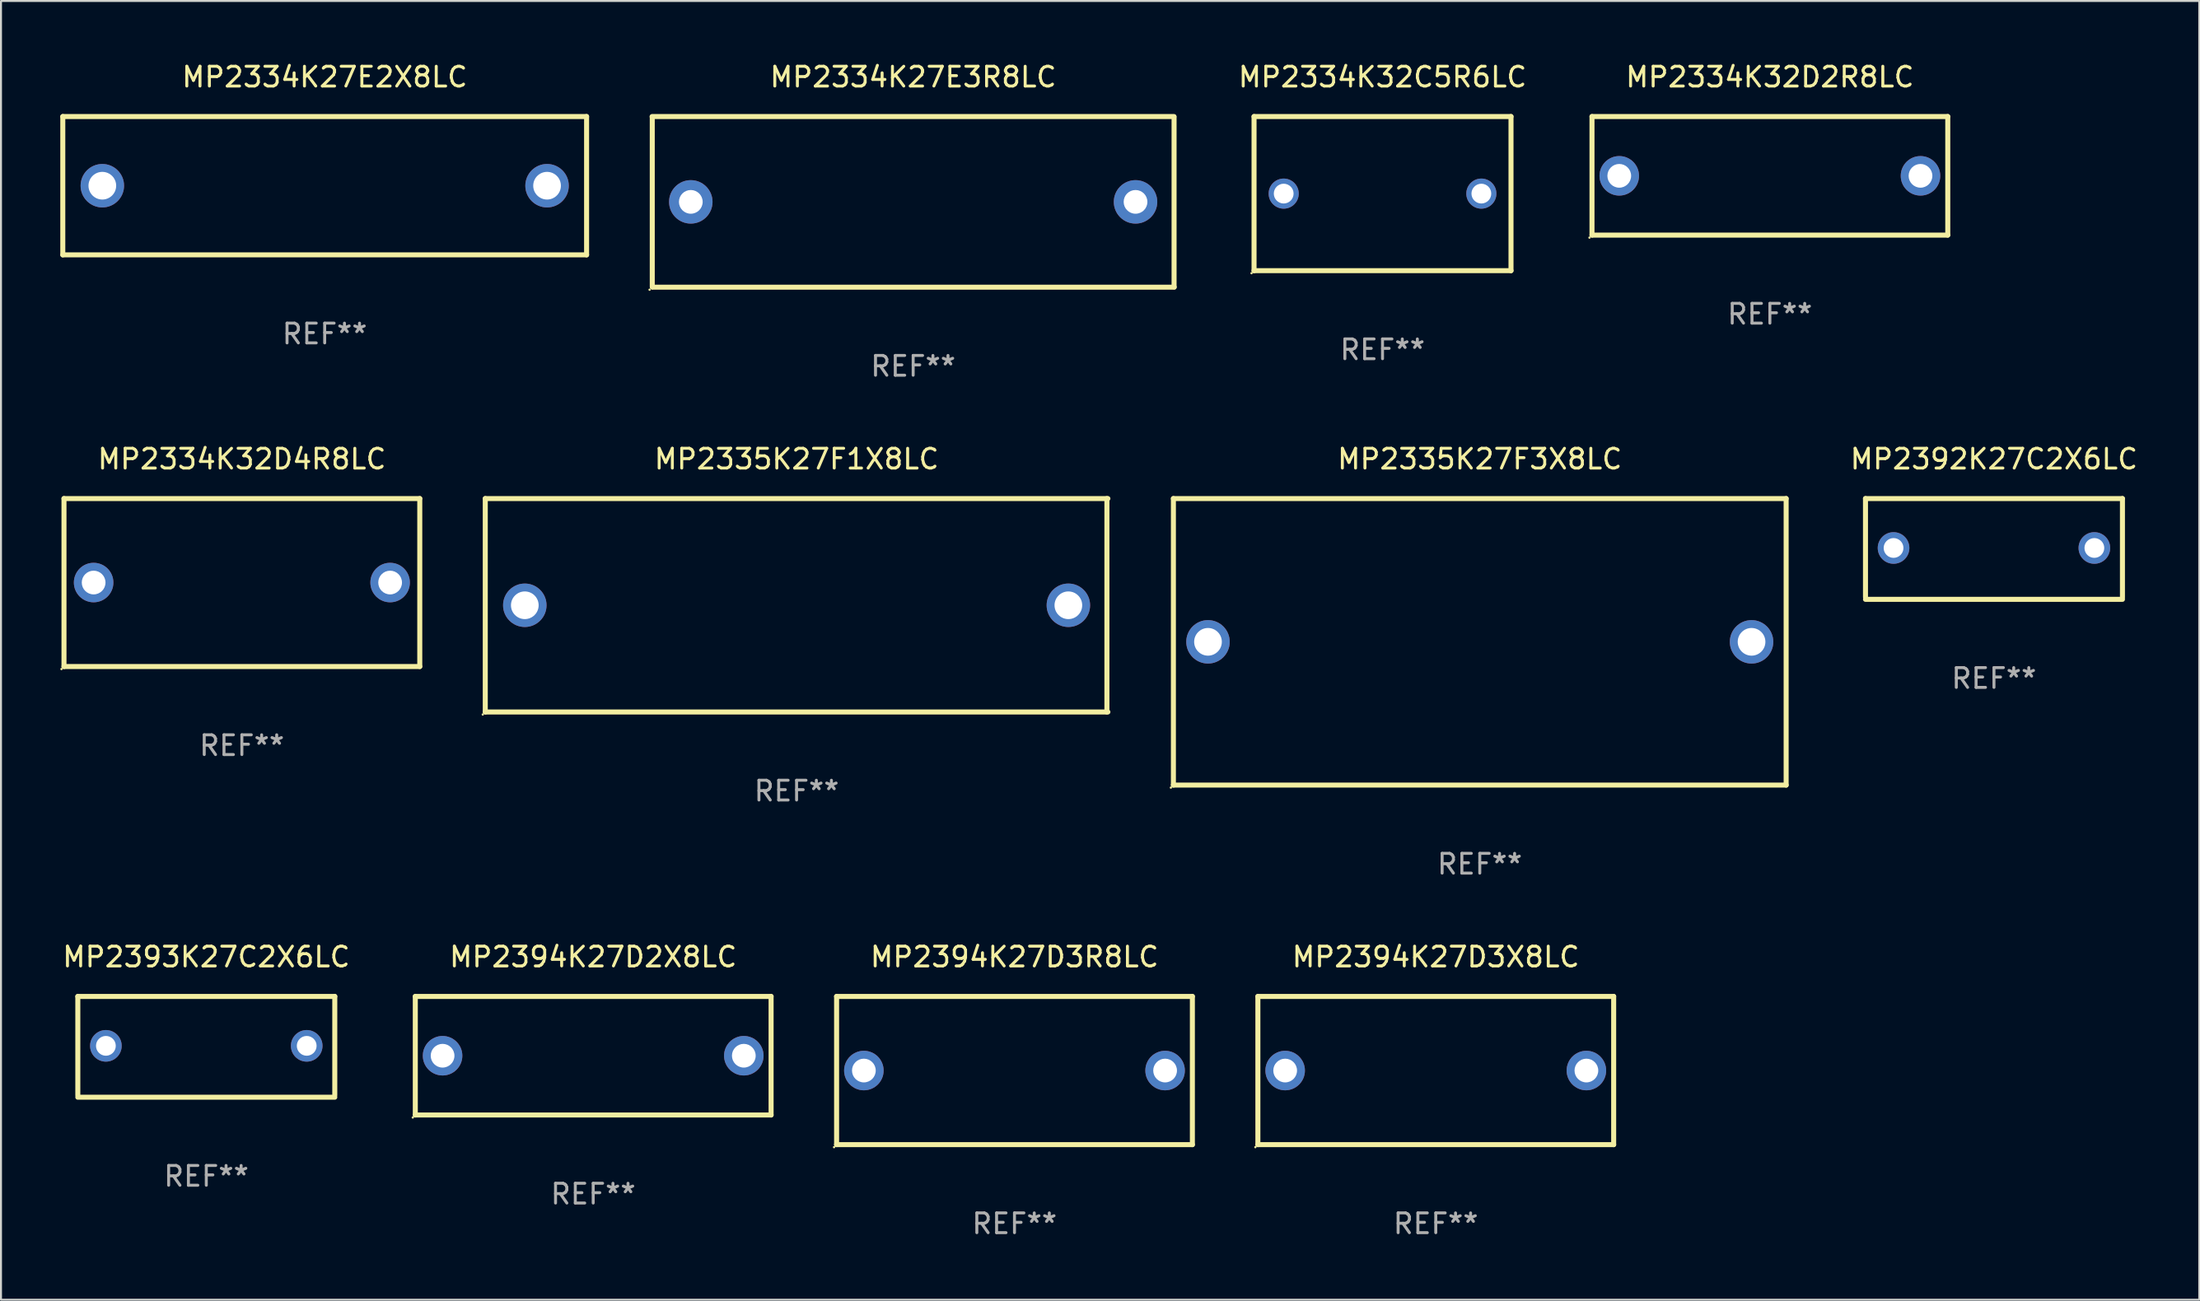
<source format=kicad_pcb>
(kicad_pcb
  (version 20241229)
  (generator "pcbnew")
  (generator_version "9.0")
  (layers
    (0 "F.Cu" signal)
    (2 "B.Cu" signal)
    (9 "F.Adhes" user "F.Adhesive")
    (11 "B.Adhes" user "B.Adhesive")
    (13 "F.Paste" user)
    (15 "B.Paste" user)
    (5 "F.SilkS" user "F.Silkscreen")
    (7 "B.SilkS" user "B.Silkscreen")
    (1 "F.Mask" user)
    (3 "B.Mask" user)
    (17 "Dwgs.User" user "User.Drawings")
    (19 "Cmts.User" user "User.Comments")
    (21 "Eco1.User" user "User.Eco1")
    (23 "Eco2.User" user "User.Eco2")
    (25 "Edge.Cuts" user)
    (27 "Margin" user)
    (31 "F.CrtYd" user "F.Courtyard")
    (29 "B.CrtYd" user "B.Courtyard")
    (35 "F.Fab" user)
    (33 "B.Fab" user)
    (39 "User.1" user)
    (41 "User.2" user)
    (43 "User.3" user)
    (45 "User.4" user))
  (footprint "MP2335K27F3X8LC"
    (layer "F.Cu")
    (at 71.815 29.431)
    (property "Reference" "MP2335K27F3X8LC" (at 0 -9.25 0) (layer "F.SilkS") (effects (font (size 1 1) (thickness 0.15))))
    (attr through_hole)
    (fp_line (start -15.5 -7.25) (end 15.5 -7.25) (stroke (width 0.254) (type solid)) (layer "F.SilkS"))
    (fp_line (start -15.5 7.25) (end -15.5 -7.25) (stroke (width 0.254) (type solid)) (layer "F.SilkS"))
    (fp_line (start 15.5 -7.25) (end 15.5 7.25) (stroke (width 0.254) (type solid)) (layer "F.SilkS"))
    (fp_line (start 15.5 7.25) (end -15.5 7.25) (stroke (width 0.254) (type solid)) (layer "F.SilkS"))
    (fp_circle (center -15.627 7.377) (end -15.597 7.377) (stroke (width 0.06) (type solid)) (fill no) (layer "F.SilkS"))
    (fp_text user "REF**" (at 0 11.25 0) (layer "F.Fab") (effects (font (size 1 1) (thickness 0.15))))
    (pad "1" thru_hole circle (at -13.75 -0.000013) (size 2.2 2.2) (drill 1.4) (layers "*.Cu" "*.Mask"))
    (pad "2" thru_hole circle (at 13.75 -0.000013) (size 2.2 2.2) (drill 1.4) (layers "*.Cu" "*.Mask")))
  (footprint "MP2334K27E3R8LC"
    (layer "F.Cu")
    (at 43.149 7.166)
    (property "Reference" "MP2334K27E3R8LC" (at 0 -6.318 0) (layer "F.SilkS") (effects (font (size 1 1) (thickness 0.15))))
    (attr through_hole)
    (fp_line (start -13.208 -4.318) (end 13.193 -4.318) (stroke (width 0.254) (type solid)) (layer "F.SilkS"))
    (fp_line (start -13.2 4.3) (end -13.2 -4.3) (stroke (width 0.254) (type solid)) (layer "F.SilkS"))
    (fp_line (start 13.2 -4.3) (end 13.2 4.3) (stroke (width 0.254) (type solid)) (layer "F.SilkS"))
    (fp_line (start 13.208 4.318) (end -13.193 4.318) (stroke (width 0.254) (type solid)) (layer "F.SilkS"))
    (fp_circle (center -13.335 4.445) (end -13.305 4.445) (stroke (width 0.06) (type solid)) (fill no) (layer "F.SilkS"))
    (fp_text user "REF**" (at 0 8.318 0) (layer "F.Fab") (effects (font (size 1 1) (thickness 0.15))))
    (pad "1" thru_hole circle (at -11.25 0) (size 2.2 2.2) (drill 1.2) (layers "*.Cu" "*.Mask"))
    (pad "2" thru_hole circle (at 11.25 0) (size 2.2 2.2) (drill 1.2) (layers "*.Cu" "*.Mask")))
  (footprint "MP2334K27E2X8LC"
    (layer "F.Cu")
    (at 13.377 6.348)
    (property "Reference" "MP2334K27E2X8LC" (at 0 -5.5 0) (layer "F.SilkS") (effects (font (size 1 1) (thickness 0.15))))
    (attr through_hole)
    (fp_line (start -13.25 -3.5) (end -13.25 3.5) (stroke (width 0.254) (type solid)) (layer "F.SilkS"))
    (fp_line (start -13.25 -3.5) (end 13.25 -3.5) (stroke (width 0.254) (type solid)) (layer "F.SilkS"))
    (fp_line (start 13.25 -3.5) (end 13.25 3.5) (stroke (width 0.254) (type solid)) (layer "F.SilkS"))
    (fp_line (start 13.25 3.5) (end -13.25 3.5) (stroke (width 0.254) (type solid)) (layer "F.SilkS"))
    (fp_circle (center -13.15 3.5) (end -13.12 3.5) (stroke (width 0.06) (type solid)) (fill no) (layer "F.SilkS"))
    (fp_text user "REF**" (at 0 7.5 0) (layer "F.Fab") (effects (font (size 1 1) (thickness 0.15))))
    (pad "1" thru_hole circle (at -11.25 0) (size 2.2 2.2) (drill 1.4) (layers "*.Cu" "*.Mask"))
    (pad "2" thru_hole circle (at 11.25 0) (size 2.2 2.2) (drill 1.4) (layers "*.Cu" "*.Mask")))
  (footprint "MP2334K32D2R8LC"
    (layer "F.Cu")
    (at 86.492 5.848)
    (property "Reference" "MP2334K32D2R8LC" (at 0 -5 0) (layer "F.SilkS") (effects (font (size 1 1) (thickness 0.15))))
    (attr through_hole)
    (fp_line (start -9 -3) (end 9 -3) (stroke (width 0.254) (type solid)) (layer "F.SilkS"))
    (fp_line (start -9 3) (end -9 -3) (stroke (width 0.254) (type solid)) (layer "F.SilkS"))
    (fp_line (start 9 -3) (end 9 3) (stroke (width 0.254) (type solid)) (layer "F.SilkS"))
    (fp_line (start 9 3) (end -9 3) (stroke (width 0.254) (type solid)) (layer "F.SilkS"))
    (fp_circle (center -9.127 3.127) (end -9.097 3.127) (stroke (width 0.06) (type solid)) (fill no) (layer "F.SilkS"))
    (fp_text user "REF**" (at 0 7 0) (layer "F.Fab") (effects (font (size 1 1) (thickness 0.15))))
    (pad "1" thru_hole circle (at -7.62 0) (size 2 2) (drill 1.2) (layers "*.Cu" "*.Mask"))
    (pad "2" thru_hole circle (at 7.62 0) (size 2 2) (drill 1.2) (layers "*.Cu" "*.Mask")))
  (footprint "MP2393K27C2X6LC"
    (layer "F.Cu")
    (at 7.387 49.927)
    (property "Reference" "MP2393K27C2X6LC" (at 0 -4.55 0) (layer "F.SilkS") (effects (font (size 1 1) (thickness 0.15))))
    (attr through_hole)
    (fp_line (start -6.5 -2.55) (end 6.5 -2.55) (stroke (width 0.254) (type solid)) (layer "F.SilkS"))
    (fp_line (start -6.5 2.45) (end -6.5 -2.55) (stroke (width 0.254) (type solid)) (layer "F.SilkS"))
    (fp_line (start 6.5 -2.55) (end 6.5 2.45) (stroke (width 0.254) (type solid)) (layer "F.SilkS"))
    (fp_line (start 6.5 2.55) (end -6.5 2.55) (stroke (width 0.254) (type solid)) (layer "F.SilkS"))
    (fp_circle (center -6.5 2.45) (end -6.47 2.45) (stroke (width 0.06) (type solid)) (fill no) (layer "F.SilkS"))
    (fp_text user "REF**" (at 0 6.55 0) (layer "F.Fab") (effects (font (size 1 1) (thickness 0.15))))
    (pad "1" thru_hole circle (at -5.08 -0.05) (size 1.6 1.6) (drill 1) (layers "*.Cu" "*.Mask"))
    (pad "2" thru_hole circle (at 5.08 -0.05) (size 1.6 1.6) (drill 1) (layers "*.Cu" "*.Mask")))
  (footprint "MP2334K32C5R6LC"
    (layer "F.Cu")
    (at 66.895 6.748)
    (property "Reference" "MP2334K32C5R6LC" (at 0 -5.9 0) (layer "F.SilkS") (effects (font (size 1 1) (thickness 0.15))))
    (attr through_hole)
    (fp_line (start -6.5 -3.9) (end 6.5 -3.9) (stroke (width 0.254) (type solid)) (layer "F.SilkS"))
    (fp_line (start -6.5 3.9) (end -6.5 -3.9) (stroke (width 0.254) (type solid)) (layer "F.SilkS"))
    (fp_line (start 6.5 -3.9) (end 6.5 3.9) (stroke (width 0.254) (type solid)) (layer "F.SilkS"))
    (fp_line (start 6.5 3.9) (end -6.5 3.9) (stroke (width 0.254) (type solid)) (layer "F.SilkS"))
    (fp_circle (center -6.627 4.027) (end -6.597 4.027) (stroke (width 0.06) (type solid)) (fill no) (layer "F.SilkS"))
    (fp_text user "REF**" (at 0 7.9 0) (layer "F.Fab") (effects (font (size 1 1) (thickness 0.15))))
    (pad "1" thru_hole circle (at -5 0) (size 1.524 1.524) (drill 1) (layers "*.Cu" "*.Mask"))
    (pad "2" thru_hole circle (at 5 0) (size 1.524 1.524) (drill 1) (layers "*.Cu" "*.Mask")))
  (footprint "MP2392K27C2X6LC"
    (layer "F.Cu")
    (at 97.829 24.731)
    (property "Reference" "MP2392K27C2X6LC" (at 0 -4.55 0) (layer "F.SilkS") (effects (font (size 1 1) (thickness 0.15))))
    (attr through_hole)
    (fp_line (start -6.5 -2.55) (end 6.5 -2.55) (stroke (width 0.254) (type solid)) (layer "F.SilkS"))
    (fp_line (start -6.5 2.45) (end -6.5 -2.55) (stroke (width 0.254) (type solid)) (layer "F.SilkS"))
    (fp_line (start 6.5 -2.55) (end 6.5 2.45) (stroke (width 0.254) (type solid)) (layer "F.SilkS"))
    (fp_line (start 6.5 2.55) (end -6.5 2.55) (stroke (width 0.254) (type solid)) (layer "F.SilkS"))
    (fp_circle (center -6.5 2.45) (end -6.47 2.45) (stroke (width 0.06) (type solid)) (fill no) (layer "F.SilkS"))
    (fp_text user "REF**" (at 0 6.55 0) (layer "F.Fab") (effects (font (size 1 1) (thickness 0.15))))
    (pad "1" thru_hole circle (at -5.08 -0.05) (size 1.6 1.6) (drill 1) (layers "*.Cu" "*.Mask"))
    (pad "2" thru_hole circle (at 5.08 -0.05) (size 1.6 1.6) (drill 1) (layers "*.Cu" "*.Mask")))
  (footprint "MP2394K27D3R8LC"
    (layer "F.Cu")
    (at 48.275 51.127)
    (property "Reference" "MP2394K27D3R8LC" (at 0 -5.75 0) (layer "F.SilkS") (effects (font (size 1 1) (thickness 0.15))))
    (attr through_hole)
    (fp_line (start -9 -3.75) (end 9 -3.75) (stroke (width 0.254) (type solid)) (layer "F.SilkS"))
    (fp_line (start -9 3.75) (end -9 -3.75) (stroke (width 0.254) (type solid)) (layer "F.SilkS"))
    (fp_line (start 9 -3.75) (end 9 3.75) (stroke (width 0.254) (type solid)) (layer "F.SilkS"))
    (fp_line (start 9 3.75) (end -9 3.75) (stroke (width 0.254) (type solid)) (layer "F.SilkS"))
    (fp_circle (center -9.127 3.877) (end -9.097 3.877) (stroke (width 0.06) (type solid)) (fill no) (layer "F.SilkS"))
    (fp_text user "REF**" (at 0 7.75 0) (layer "F.Fab") (effects (font (size 1 1) (thickness 0.15))))
    (pad "1" thru_hole circle (at -7.62 0) (size 2 2) (drill 1.2) (layers "*.Cu" "*.Mask"))
    (pad "2" thru_hole circle (at 7.62 0) (size 2 2) (drill 1.2) (layers "*.Cu" "*.Mask")))
  (footprint "MP2334K32D4R8LC"
    (layer "F.Cu")
    (at 9.187 26.431)
    (property "Reference" "MP2334K32D4R8LC" (at 0 -6.25 0) (layer "F.SilkS") (effects (font (size 1 1) (thickness 0.15))))
    (attr through_hole)
    (fp_line (start -9 -4.25) (end -9 4.25) (stroke (width 0.254) (type solid)) (layer "F.SilkS"))
    (fp_line (start -9 -4.25) (end 9 -4.25) (stroke (width 0.254) (type solid)) (layer "F.SilkS"))
    (fp_line (start 9 4.25) (end -9 4.25) (stroke (width 0.254) (type solid)) (layer "F.SilkS"))
    (fp_line (start 9 4.25) (end 9 -4.25) (stroke (width 0.254) (type solid)) (layer "F.SilkS"))
    (fp_circle (center -9.127 4.377) (end -9.097 4.377) (stroke (width 0.06) (type solid)) (fill no) (layer "F.SilkS"))
    (fp_text user "REF**" (at 0 8.25 0) (layer "F.Fab") (effects (font (size 1 1) (thickness 0.15))))
    (pad "1" thru_hole circle (at -7.5 0) (size 2 2) (drill 1.2) (layers "*.Cu" "*.Mask"))
    (pad "2" thru_hole circle (at 7.5 0) (size 2 2) (drill 1.2) (layers "*.Cu" "*.Mask")))
  (footprint "MP2394K27D2X8LC"
    (layer "F.Cu")
    (at 26.961 50.377)
    (property "Reference" "MP2394K27D2X8LC" (at 0 -5 0) (layer "F.SilkS") (effects (font (size 1 1) (thickness 0.15))))
    (attr through_hole)
    (fp_line (start -9 -3) (end 9 -3) (stroke (width 0.254) (type solid)) (layer "F.SilkS"))
    (fp_line (start -9 3) (end -9 -3) (stroke (width 0.254) (type solid)) (layer "F.SilkS"))
    (fp_line (start 9 -3) (end 9 3) (stroke (width 0.254) (type solid)) (layer "F.SilkS"))
    (fp_line (start 9 3) (end -9 3) (stroke (width 0.254) (type solid)) (layer "F.SilkS"))
    (fp_circle (center -9.127 3.127) (end -9.097 3.127) (stroke (width 0.06) (type solid)) (fill no) (layer "F.SilkS"))
    (fp_text user "REF**" (at 0 7 0) (layer "F.Fab") (effects (font (size 1 1) (thickness 0.15))))
    (pad "1" thru_hole circle (at -7.62 0) (size 2 2) (drill 1.2) (layers "*.Cu" "*.Mask"))
    (pad "2" thru_hole circle (at 7.62 0) (size 2 2) (drill 1.2) (layers "*.Cu" "*.Mask")))
  (footprint "MP2335K27F1X8LC"
    (layer "F.Cu")
    (at 37.251 27.581)
    (property "Reference" "MP2335K27F1X8LC" (at 0 -7.4 0) (layer "F.SilkS") (effects (font (size 1 1) (thickness 0.15))))
    (attr through_hole)
    (fp_line (start -15.75 -5.4) (end 15.75 -5.4) (stroke (width 0.254) (type solid)) (layer "F.SilkS"))
    (fp_line (start -15.75 5.4) (end -15.75 -5.4) (stroke (width 0.254) (type solid)) (layer "F.SilkS"))
    (fp_line (start 15.7 -5.4) (end 15.7 5.4) (stroke (width 0.254) (type solid)) (layer "F.SilkS"))
    (fp_line (start 15.75 5.4) (end -15.75 5.4) (stroke (width 0.254) (type solid)) (layer "F.SilkS"))
    (fp_circle (center -15.877 5.527) (end -15.847 5.527) (stroke (width 0.06) (type solid)) (fill no) (layer "F.SilkS"))
    (fp_text user "REF**" (at 0 9.4 0) (layer "F.Fab") (effects (font (size 1 1) (thickness 0.15))))
    (pad "1" thru_hole circle (at -13.75 0) (size 2.2 2.2) (drill 1.4) (layers "*.Cu" "*.Mask"))
    (pad "2" thru_hole circle (at 13.75 0) (size 2.2 2.2) (drill 1.4) (layers "*.Cu" "*.Mask")))
  (footprint "MP2394K27D3X8LC"
    (layer "F.Cu")
    (at 69.589 51.127)
    (property "Reference" "MP2394K27D3X8LC" (at 0 -5.75 0) (layer "F.SilkS") (effects (font (size 1 1) (thickness 0.15))))
    (attr through_hole)
    (fp_line (start -9 -3.75) (end 9 -3.75) (stroke (width 0.254) (type solid)) (layer "F.SilkS"))
    (fp_line (start -9 3.75) (end -9 -3.75) (stroke (width 0.254) (type solid)) (layer "F.SilkS"))
    (fp_line (start 9 -3.75) (end 9 3.75) (stroke (width 0.254) (type solid)) (layer "F.SilkS"))
    (fp_line (start 9 3.75) (end -9 3.75) (stroke (width 0.254) (type solid)) (layer "F.SilkS"))
    (fp_circle (center -9.127 3.877) (end -9.097 3.877) (stroke (width 0.06) (type solid)) (fill no) (layer "F.SilkS"))
    (fp_text user "REF**" (at 0 7.75 0) (layer "F.Fab") (effects (font (size 1 1) (thickness 0.15))))
    (pad "1" thru_hole circle (at -7.62 0) (size 2 2) (drill 1.2) (layers "*.Cu" "*.Mask"))
    (pad "2" thru_hole circle (at 7.62 0) (size 2 2) (drill 1.2) (layers "*.Cu" "*.Mask")))
  (gr_rect
    (start -3 -3)
    (end 108.216 62.726)
    (stroke (width 0.1) (type default))
    (fill no)
    (layer "Edge.Cuts")))
</source>
